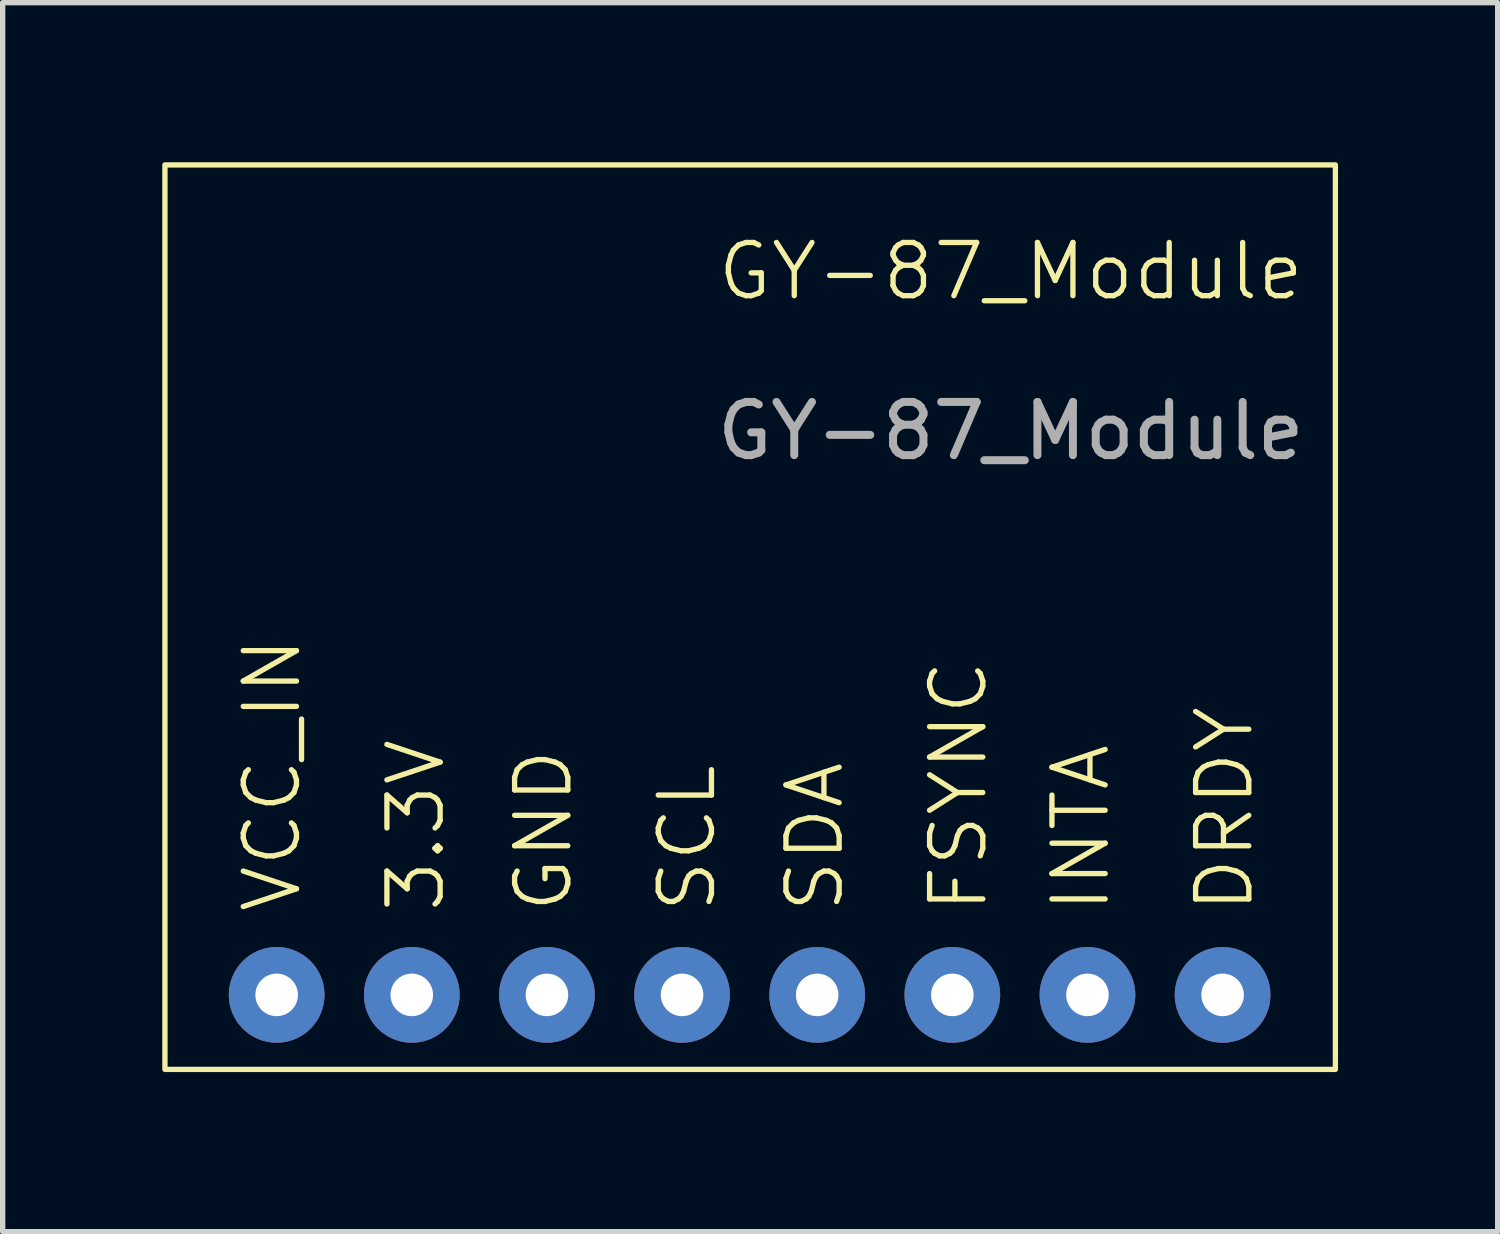
<source format=kicad_pcb>
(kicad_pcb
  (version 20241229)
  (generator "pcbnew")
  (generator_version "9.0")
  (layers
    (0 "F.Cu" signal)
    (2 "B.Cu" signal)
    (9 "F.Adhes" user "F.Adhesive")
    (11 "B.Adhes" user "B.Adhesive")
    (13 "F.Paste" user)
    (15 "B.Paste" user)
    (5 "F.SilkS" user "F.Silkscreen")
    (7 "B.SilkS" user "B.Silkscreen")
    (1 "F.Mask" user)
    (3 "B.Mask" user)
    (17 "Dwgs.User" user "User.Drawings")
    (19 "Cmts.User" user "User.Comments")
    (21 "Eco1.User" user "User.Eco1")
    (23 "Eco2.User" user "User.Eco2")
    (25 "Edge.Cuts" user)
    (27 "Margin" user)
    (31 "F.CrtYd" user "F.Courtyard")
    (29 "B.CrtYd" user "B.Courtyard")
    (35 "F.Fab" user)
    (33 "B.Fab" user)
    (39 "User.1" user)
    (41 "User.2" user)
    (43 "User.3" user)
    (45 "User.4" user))
  (footprint "GY-87_Module"
    (layer "F.Cu")
    (at 2.15 15.65)
    (property "Reference" "GY-87_Module" (at 13.8 -13.6 0) (unlocked yes) (layer "F.SilkS") (effects (font (size 1 1) (thickness 0.1))))
    (attr smd)
    (fp_rect (start -2.1 -15.6) (end 19.9 1.4) (stroke (width 0.1) (type default)) (fill no) (layer "F.SilkS"))
    (fp_text user "DRDY" (at 18.4 -1.5 90) (unlocked yes) (layer "F.SilkS") (effects (font (size 1 1) (thickness 0.1)) (justify left bottom)))
    (fp_text user "SCL" (at 8.3 -1.5 90) (unlocked yes) (layer "F.SilkS") (effects (font (size 1 1) (thickness 0.1)) (justify left bottom)))
    (fp_text user "INTA" (at 15.7 -1.5 90) (unlocked yes) (layer "F.SilkS") (effects (font (size 1 1) (thickness 0.1)) (justify left bottom)))
    (fp_text user "FSYNC" (at 13.4 -1.5 90) (unlocked yes) (layer "F.SilkS") (effects (font (size 1 1) (thickness 0.1)) (justify left bottom)))
    (fp_text user "3.3V" (at 3.2 -1.5 90) (unlocked yes) (layer "F.SilkS") (effects (font (size 1 1) (thickness 0.1)) (justify left bottom)))
    (fp_text user "SDA" (at 10.7 -1.5 90) (unlocked yes) (layer "F.SilkS") (effects (font (size 1 1) (thickness 0.1)) (justify left bottom)))
    (fp_text user "GND" (at 5.6 -1.5 90) (unlocked yes) (layer "F.SilkS") (effects (font (size 1 1) (thickness 0.1)) (justify left bottom)))
    (fp_text user "VCC_IN" (at 0.5 -1.5 90) (unlocked yes) (layer "F.SilkS") (effects (font (size 1 1) (thickness 0.1)) (justify left bottom)))
    (fp_text user "${REFERENCE}" (at 13.8 -10.6 0) (unlocked yes) (layer "F.Fab") (effects (font (size 1 1) (thickness 0.15))))
    (pad "1" thru_hole circle (at 0 0) (size 1.8 1.8) (drill 0.8) (layers "*.Cu" "*.Mask"))
    (pad "2" thru_hole circle (at 2.54 0) (size 1.8 1.8) (drill 0.8) (layers "*.Cu" "*.Mask"))
    (pad "3" thru_hole circle (at 5.08 0) (size 1.8 1.8) (drill 0.8) (layers "*.Cu" "*.Mask"))
    (pad "4" thru_hole circle (at 7.62 0) (size 1.8 1.8) (drill 0.8) (layers "*.Cu" "*.Mask"))
    (pad "5" thru_hole circle (at 10.16 0) (size 1.8 1.8) (drill 0.8) (layers "*.Cu" "*.Mask"))
    (pad "6" thru_hole circle (at 12.7 0) (size 1.8 1.8) (drill 0.8) (layers "*.Cu" "*.Mask"))
    (pad "7" thru_hole circle (at 15.24 0) (size 1.8 1.8) (drill 0.8) (layers "*.Cu" "*.Mask"))
    (pad "8" thru_hole circle (at 17.78 0) (size 1.8 1.8) (drill 0.8) (layers "*.Cu" "*.Mask")))
  (gr_rect
    (start -3 -3)
    (end 25.1 20.1)
    (stroke (width 0.1) (type default))
    (fill no)
    (layer "Edge.Cuts")))
</source>
